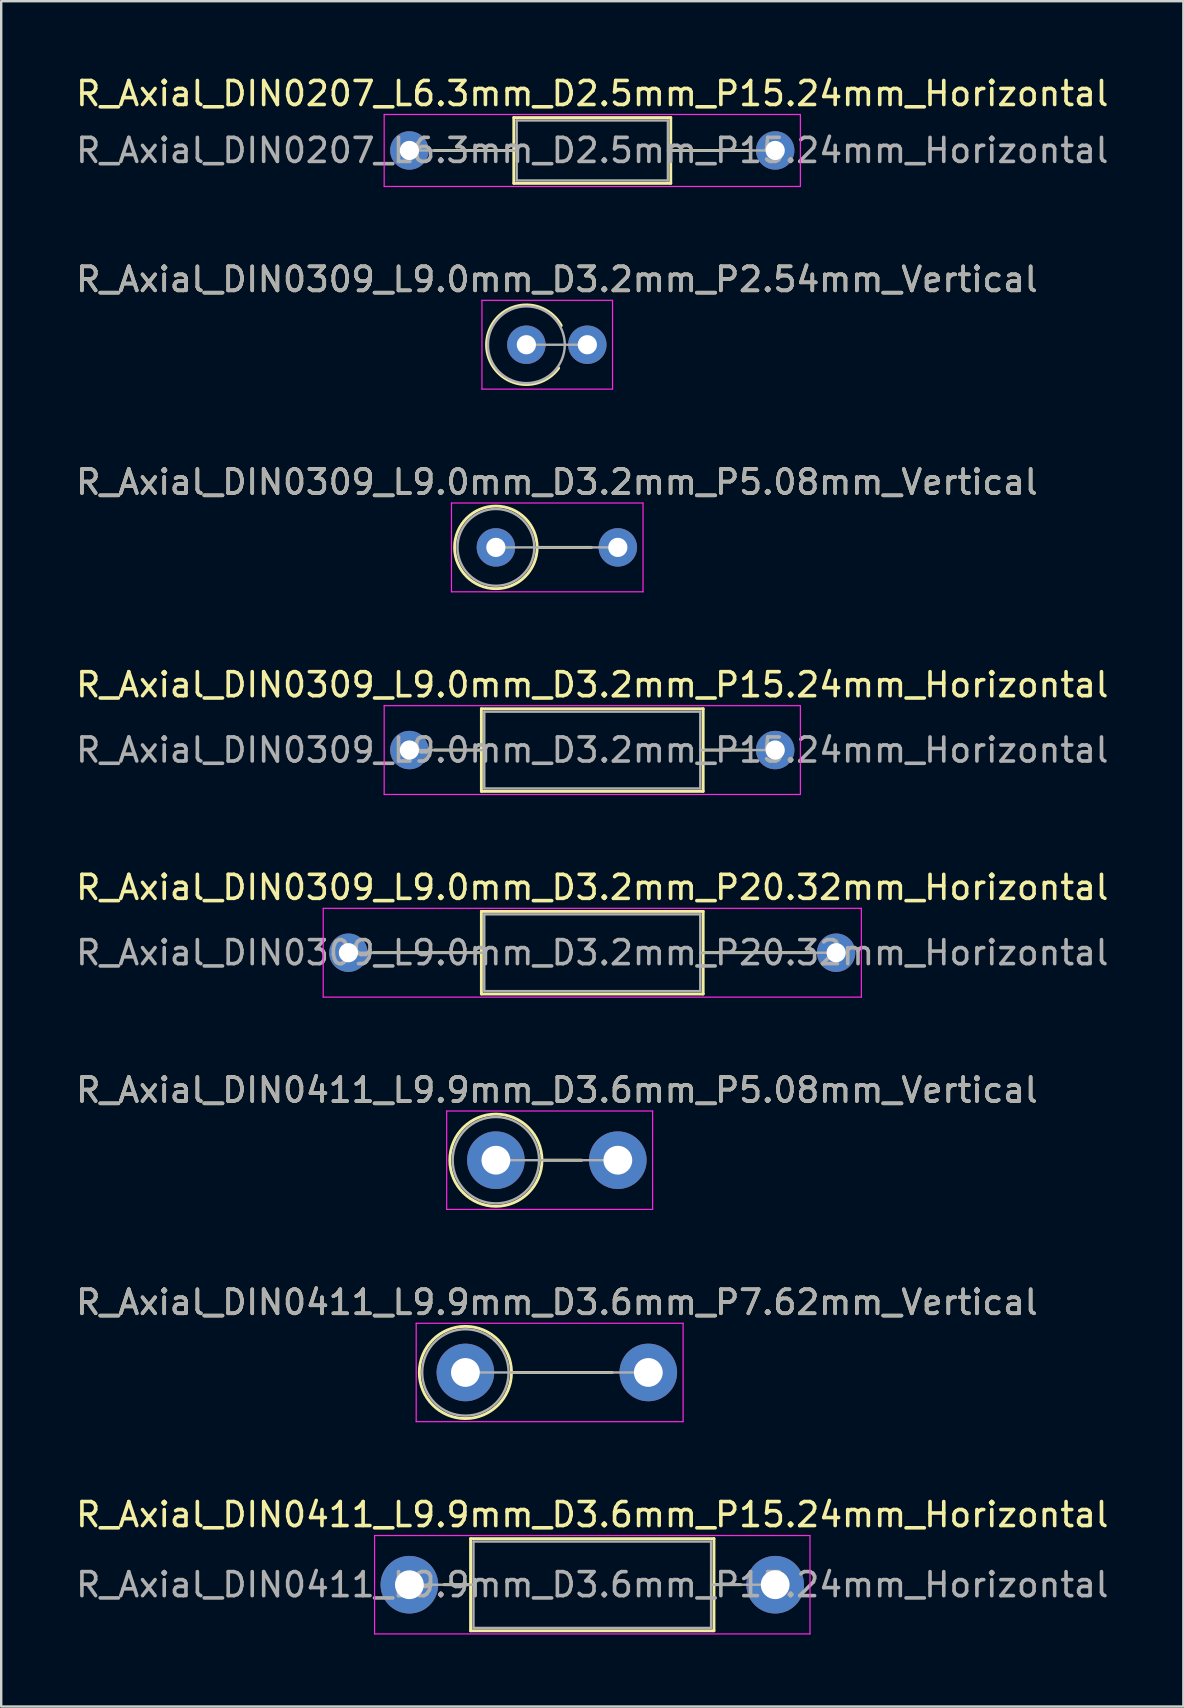
<source format=kicad_pcb>
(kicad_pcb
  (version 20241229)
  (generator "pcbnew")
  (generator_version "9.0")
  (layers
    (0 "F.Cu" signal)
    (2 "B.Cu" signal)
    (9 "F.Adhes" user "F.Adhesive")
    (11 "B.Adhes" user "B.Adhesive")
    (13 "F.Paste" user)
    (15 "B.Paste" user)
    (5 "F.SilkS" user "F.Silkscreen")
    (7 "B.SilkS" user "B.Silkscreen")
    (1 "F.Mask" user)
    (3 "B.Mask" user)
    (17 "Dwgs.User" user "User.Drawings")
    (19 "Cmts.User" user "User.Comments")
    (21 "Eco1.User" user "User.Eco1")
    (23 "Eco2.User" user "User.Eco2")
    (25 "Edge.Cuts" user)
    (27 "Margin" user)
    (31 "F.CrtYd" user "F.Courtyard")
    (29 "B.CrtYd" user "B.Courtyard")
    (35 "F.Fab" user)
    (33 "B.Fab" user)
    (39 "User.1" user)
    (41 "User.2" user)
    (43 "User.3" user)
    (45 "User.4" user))
  (footprint "R_Axial_DIN0309_L9.0mm_D3.2mm_P20.32mm_Horizontal"
    (layer "F.Cu")
    (at 11.465 36.641)
    (property "Reference" "R_Axial_DIN0309_L9.0mm_D3.2mm_P20.32mm_Horizontal" (at 10.16 -2.72 0) (layer "F.SilkS") (effects (font (size 1 1) (thickness 0.15))))
    (attr through_hole)
    (fp_line (start 1.04 0) (end 5.54 0) (stroke (width 0.12) (type solid)) (layer "F.SilkS"))
    (fp_line (start 5.54 -1.72) (end 5.54 1.72) (stroke (width 0.12) (type solid)) (layer "F.SilkS"))
    (fp_line (start 5.54 1.72) (end 14.78 1.72) (stroke (width 0.12) (type solid)) (layer "F.SilkS"))
    (fp_line (start 14.78 -1.72) (end 5.54 -1.72) (stroke (width 0.12) (type solid)) (layer "F.SilkS"))
    (fp_line (start 14.78 1.72) (end 14.78 -1.72) (stroke (width 0.12) (type solid)) (layer "F.SilkS"))
    (fp_line (start 19.28 0) (end 14.78 0) (stroke (width 0.12) (type solid)) (layer "F.SilkS"))
    (fp_line (start -1.05 -1.85) (end -1.05 1.85) (stroke (width 0.05) (type solid)) (layer "F.CrtYd"))
    (fp_line (start -1.05 1.85) (end 21.37 1.85) (stroke (width 0.05) (type solid)) (layer "F.CrtYd"))
    (fp_line (start 21.37 -1.85) (end -1.05 -1.85) (stroke (width 0.05) (type solid)) (layer "F.CrtYd"))
    (fp_line (start 21.37 1.85) (end 21.37 -1.85) (stroke (width 0.05) (type solid)) (layer "F.CrtYd"))
    (fp_line (start 0 0) (end 5.66 0) (stroke (width 0.1) (type solid)) (layer "F.Fab"))
    (fp_line (start 5.66 -1.6) (end 5.66 1.6) (stroke (width 0.1) (type solid)) (layer "F.Fab"))
    (fp_line (start 5.66 1.6) (end 14.66 1.6) (stroke (width 0.1) (type solid)) (layer "F.Fab"))
    (fp_line (start 14.66 -1.6) (end 5.66 -1.6) (stroke (width 0.1) (type solid)) (layer "F.Fab"))
    (fp_line (start 14.66 1.6) (end 14.66 -1.6) (stroke (width 0.1) (type solid)) (layer "F.Fab"))
    (fp_line (start 20.32 0) (end 14.66 0) (stroke (width 0.1) (type solid)) (layer "F.Fab"))
    (fp_text user "${REFERENCE}" (at 10.16 0 0) (layer "F.Fab") (effects (font (size 1 1) (thickness 0.15))))
    (pad "1" thru_hole circle (at 0 0) (size 1.6 1.6) (drill 0.8) (layers "*.Cu" "*.Mask"))
    (pad "2" thru_hole oval (at 20.32 0) (size 1.6 1.6) (drill 0.8) (layers "*.Cu" "*.Mask")))
  (footprint "R_Axial_DIN0309_L9.0mm_D3.2mm_P5.08mm_Vertical"
    (layer "F.Cu")
    (at 17.609 19.755)
    (property "Reference" "R_Axial_DIN0309_L9.0mm_D3.2mm_P5.08mm_Vertical" (at 2.54 -2.72 0) (layer "F.SilkS") (effects (font (size 1 1) (thickness 0.15))))
    (attr through_hole)
    (fp_line (start 1.72 0) (end 3.98 0) (stroke (width 0.12) (type solid)) (layer "F.SilkS"))
    (fp_circle (center 0 0) (end 1.72 0) (stroke (width 0.12) (type solid)) (fill no) (layer "F.SilkS"))
    (fp_line (start -1.85 -1.85) (end -1.85 1.85) (stroke (width 0.05) (type solid)) (layer "F.CrtYd"))
    (fp_line (start -1.85 1.85) (end 6.13 1.85) (stroke (width 0.05) (type solid)) (layer "F.CrtYd"))
    (fp_line (start 6.13 -1.85) (end -1.85 -1.85) (stroke (width 0.05) (type solid)) (layer "F.CrtYd"))
    (fp_line (start 6.13 1.85) (end 6.13 -1.85) (stroke (width 0.05) (type solid)) (layer "F.CrtYd"))
    (fp_line (start 0 0) (end 5.08 0) (stroke (width 0.1) (type solid)) (layer "F.Fab"))
    (fp_circle (center 0 0) (end 1.6 0) (stroke (width 0.1) (type solid)) (fill no) (layer "F.Fab"))
    (fp_text user "${REFERENCE}" (at 2.54 -2.72 0) (layer "F.Fab") (effects (font (size 1 1) (thickness 0.15))))
    (pad "1" thru_hole circle (at 0 0) (size 1.6 1.6) (drill 0.8) (layers "*.Cu" "*.Mask"))
    (pad "2" thru_hole oval (at 5.08 0) (size 1.6 1.6) (drill 0.8) (layers "*.Cu" "*.Mask")))
  (footprint "R_Axial_DIN0411_L9.9mm_D3.6mm_P15.24mm_Horizontal"
    (layer "F.Cu")
    (at 14.005 62.971)
    (property "Reference" "R_Axial_DIN0411_L9.9mm_D3.6mm_P15.24mm_Horizontal" (at 7.62 -2.92 0) (layer "F.SilkS") (effects (font (size 1 1) (thickness 0.15))))
    (attr through_hole)
    (fp_line (start 1.44 0) (end 2.55 0) (stroke (width 0.12) (type solid)) (layer "F.SilkS"))
    (fp_line (start 2.55 -1.92) (end 2.55 1.92) (stroke (width 0.12) (type solid)) (layer "F.SilkS"))
    (fp_line (start 2.55 1.92) (end 12.69 1.92) (stroke (width 0.12) (type solid)) (layer "F.SilkS"))
    (fp_line (start 12.69 -1.92) (end 2.55 -1.92) (stroke (width 0.12) (type solid)) (layer "F.SilkS"))
    (fp_line (start 12.69 1.92) (end 12.69 -1.92) (stroke (width 0.12) (type solid)) (layer "F.SilkS"))
    (fp_line (start 13.8 0) (end 12.69 0) (stroke (width 0.12) (type solid)) (layer "F.SilkS"))
    (fp_line (start -1.45 -2.05) (end -1.45 2.05) (stroke (width 0.05) (type solid)) (layer "F.CrtYd"))
    (fp_line (start -1.45 2.05) (end 16.69 2.05) (stroke (width 0.05) (type solid)) (layer "F.CrtYd"))
    (fp_line (start 16.69 -2.05) (end -1.45 -2.05) (stroke (width 0.05) (type solid)) (layer "F.CrtYd"))
    (fp_line (start 16.69 2.05) (end 16.69 -2.05) (stroke (width 0.05) (type solid)) (layer "F.CrtYd"))
    (fp_line (start 0 0) (end 2.67 0) (stroke (width 0.1) (type solid)) (layer "F.Fab"))
    (fp_line (start 2.67 -1.8) (end 2.67 1.8) (stroke (width 0.1) (type solid)) (layer "F.Fab"))
    (fp_line (start 2.67 1.8) (end 12.57 1.8) (stroke (width 0.1) (type solid)) (layer "F.Fab"))
    (fp_line (start 12.57 -1.8) (end 2.67 -1.8) (stroke (width 0.1) (type solid)) (layer "F.Fab"))
    (fp_line (start 12.57 1.8) (end 12.57 -1.8) (stroke (width 0.1) (type solid)) (layer "F.Fab"))
    (fp_line (start 15.24 0) (end 12.57 0) (stroke (width 0.1) (type solid)) (layer "F.Fab"))
    (fp_text user "${REFERENCE}" (at 7.62 0 0) (layer "F.Fab") (effects (font (size 1 1) (thickness 0.15))))
    (pad "1" thru_hole circle (at 0 0) (size 2.4 2.4) (drill 1.2) (layers "*.Cu" "*.Mask"))
    (pad "2" thru_hole oval (at 15.24 0) (size 2.4 2.4) (drill 1.2) (layers "*.Cu" "*.Mask")))
  (footprint "R_Axial_DIN0309_L9.0mm_D3.2mm_P2.54mm_Vertical"
    (layer "F.Cu")
    (at 18.879 11.312)
    (property "Reference" "R_Axial_DIN0309_L9.0mm_D3.2mm_P2.54mm_Vertical" (at 1.27 -2.72 0) (layer "F.SilkS") (effects (font (size 1 1) (thickness 0.15))))
    (attr through_hole)
    (fp_arc (start 1.344775 0.97138) (mid -1.655812 -0.101418) (end 1.453272 -0.8) (stroke (width 0.12) (type solid)) (layer "F.SilkS"))
    (fp_line (start -1.85 -1.85) (end -1.85 1.85) (stroke (width 0.05) (type solid)) (layer "F.CrtYd"))
    (fp_line (start -1.85 1.85) (end 3.59 1.85) (stroke (width 0.05) (type solid)) (layer "F.CrtYd"))
    (fp_line (start 3.59 -1.85) (end -1.85 -1.85) (stroke (width 0.05) (type solid)) (layer "F.CrtYd"))
    (fp_line (start 3.59 1.85) (end 3.59 -1.85) (stroke (width 0.05) (type solid)) (layer "F.CrtYd"))
    (fp_line (start 0 0) (end 2.54 0) (stroke (width 0.1) (type solid)) (layer "F.Fab"))
    (fp_circle (center 0 0) (end 1.6 0) (stroke (width 0.1) (type solid)) (fill no) (layer "F.Fab"))
    (fp_text user "${REFERENCE}" (at 1.27 -2.72 0) (layer "F.Fab") (effects (font (size 1 1) (thickness 0.15))))
    (pad "1" thru_hole circle (at 0 0) (size 1.6 1.6) (drill 0.8) (layers "*.Cu" "*.Mask"))
    (pad "2" thru_hole oval (at 2.54 0) (size 1.6 1.6) (drill 0.8) (layers "*.Cu" "*.Mask")))
  (footprint "R_Axial_DIN0411_L9.9mm_D3.6mm_P5.08mm_Vertical"
    (layer "F.Cu")
    (at 17.609 45.285)
    (property "Reference" "R_Axial_DIN0411_L9.9mm_D3.6mm_P5.08mm_Vertical" (at 2.54 -2.92 0) (layer "F.SilkS") (effects (font (size 1 1) (thickness 0.15))))
    (attr through_hole)
    (fp_line (start 1.92 0) (end 3.58 0) (stroke (width 0.12) (type solid)) (layer "F.SilkS"))
    (fp_circle (center 0 0) (end 1.92 0) (stroke (width 0.12) (type solid)) (fill no) (layer "F.SilkS"))
    (fp_line (start -2.05 -2.05) (end -2.05 2.05) (stroke (width 0.05) (type solid)) (layer "F.CrtYd"))
    (fp_line (start -2.05 2.05) (end 6.53 2.05) (stroke (width 0.05) (type solid)) (layer "F.CrtYd"))
    (fp_line (start 6.53 -2.05) (end -2.05 -2.05) (stroke (width 0.05) (type solid)) (layer "F.CrtYd"))
    (fp_line (start 6.53 2.05) (end 6.53 -2.05) (stroke (width 0.05) (type solid)) (layer "F.CrtYd"))
    (fp_line (start 0 0) (end 5.08 0) (stroke (width 0.1) (type solid)) (layer "F.Fab"))
    (fp_circle (center 0 0) (end 1.8 0) (stroke (width 0.1) (type solid)) (fill no) (layer "F.Fab"))
    (fp_text user "${REFERENCE}" (at 2.54 -2.92 0) (layer "F.Fab") (effects (font (size 1 1) (thickness 0.15))))
    (pad "1" thru_hole circle (at 0 0) (size 2.4 2.4) (drill 1.2) (layers "*.Cu" "*.Mask"))
    (pad "2" thru_hole oval (at 5.08 0) (size 2.4 2.4) (drill 1.2) (layers "*.Cu" "*.Mask")))
  (footprint "R_Axial_DIN0411_L9.9mm_D3.6mm_P7.62mm_Vertical"
    (layer "F.Cu")
    (at 16.339 54.128)
    (property "Reference" "R_Axial_DIN0411_L9.9mm_D3.6mm_P7.62mm_Vertical" (at 3.81 -2.92 0) (layer "F.SilkS") (effects (font (size 1 1) (thickness 0.15))))
    (attr through_hole)
    (fp_line (start 1.92 0) (end 6.12 0) (stroke (width 0.12) (type solid)) (layer "F.SilkS"))
    (fp_circle (center 0 0) (end 1.92 0) (stroke (width 0.12) (type solid)) (fill no) (layer "F.SilkS"))
    (fp_line (start -2.05 -2.05) (end -2.05 2.05) (stroke (width 0.05) (type solid)) (layer "F.CrtYd"))
    (fp_line (start -2.05 2.05) (end 9.07 2.05) (stroke (width 0.05) (type solid)) (layer "F.CrtYd"))
    (fp_line (start 9.07 -2.05) (end -2.05 -2.05) (stroke (width 0.05) (type solid)) (layer "F.CrtYd"))
    (fp_line (start 9.07 2.05) (end 9.07 -2.05) (stroke (width 0.05) (type solid)) (layer "F.CrtYd"))
    (fp_line (start 0 0) (end 7.62 0) (stroke (width 0.1) (type solid)) (layer "F.Fab"))
    (fp_circle (center 0 0) (end 1.8 0) (stroke (width 0.1) (type solid)) (fill no) (layer "F.Fab"))
    (fp_text user "${REFERENCE}" (at 3.81 -2.92 0) (layer "F.Fab") (effects (font (size 1 1) (thickness 0.15))))
    (pad "1" thru_hole circle (at 0 0) (size 2.4 2.4) (drill 1.2) (layers "*.Cu" "*.Mask"))
    (pad "2" thru_hole oval (at 7.62 0) (size 2.4 2.4) (drill 1.2) (layers "*.Cu" "*.Mask")))
  (footprint "R_Axial_DIN0207_L6.3mm_D2.5mm_P15.24mm_Horizontal"
    (layer "F.Cu")
    (at 14.005 3.218)
    (property "Reference" "R_Axial_DIN0207_L6.3mm_D2.5mm_P15.24mm_Horizontal" (at 7.62 -2.37 0) (layer "F.SilkS") (effects (font (size 1 1) (thickness 0.15))))
    (attr through_hole)
    (fp_line (start 1.04 0) (end 4.35 0) (stroke (width 0.12) (type solid)) (layer "F.SilkS"))
    (fp_line (start 4.35 -1.37) (end 4.35 1.37) (stroke (width 0.12) (type solid)) (layer "F.SilkS"))
    (fp_line (start 4.35 1.37) (end 10.89 1.37) (stroke (width 0.12) (type solid)) (layer "F.SilkS"))
    (fp_line (start 10.89 -1.37) (end 4.35 -1.37) (stroke (width 0.12) (type solid)) (layer "F.SilkS"))
    (fp_line (start 10.89 1.37) (end 10.89 -1.37) (stroke (width 0.12) (type solid)) (layer "F.SilkS"))
    (fp_line (start 14.2 0) (end 10.89 0) (stroke (width 0.12) (type solid)) (layer "F.SilkS"))
    (fp_line (start -1.05 -1.5) (end -1.05 1.5) (stroke (width 0.05) (type solid)) (layer "F.CrtYd"))
    (fp_line (start -1.05 1.5) (end 16.29 1.5) (stroke (width 0.05) (type solid)) (layer "F.CrtYd"))
    (fp_line (start 16.29 -1.5) (end -1.05 -1.5) (stroke (width 0.05) (type solid)) (layer "F.CrtYd"))
    (fp_line (start 16.29 1.5) (end 16.29 -1.5) (stroke (width 0.05) (type solid)) (layer "F.CrtYd"))
    (fp_line (start 0 0) (end 4.47 0) (stroke (width 0.1) (type solid)) (layer "F.Fab"))
    (fp_line (start 4.47 -1.25) (end 4.47 1.25) (stroke (width 0.1) (type solid)) (layer "F.Fab"))
    (fp_line (start 4.47 1.25) (end 10.77 1.25) (stroke (width 0.1) (type solid)) (layer "F.Fab"))
    (fp_line (start 10.77 -1.25) (end 4.47 -1.25) (stroke (width 0.1) (type solid)) (layer "F.Fab"))
    (fp_line (start 10.77 1.25) (end 10.77 -1.25) (stroke (width 0.1) (type solid)) (layer "F.Fab"))
    (fp_line (start 15.24 0) (end 10.77 0) (stroke (width 0.1) (type solid)) (layer "F.Fab"))
    (fp_text user "${REFERENCE}" (at 7.62 0 0) (layer "F.Fab") (effects (font (size 1 1) (thickness 0.15))))
    (pad "1" thru_hole circle (at 0 0) (size 1.6 1.6) (drill 0.8) (layers "*.Cu" "*.Mask"))
    (pad "2" thru_hole oval (at 15.24 0) (size 1.6 1.6) (drill 0.8) (layers "*.Cu" "*.Mask")))
  (footprint "R_Axial_DIN0309_L9.0mm_D3.2mm_P15.24mm_Horizontal"
    (layer "F.Cu")
    (at 14.005 28.198)
    (property "Reference" "R_Axial_DIN0309_L9.0mm_D3.2mm_P15.24mm_Horizontal" (at 7.62 -2.72 0) (layer "F.SilkS") (effects (font (size 1 1) (thickness 0.15))))
    (attr through_hole)
    (fp_line (start 1.04 0) (end 3 0) (stroke (width 0.12) (type solid)) (layer "F.SilkS"))
    (fp_line (start 3 -1.72) (end 3 1.72) (stroke (width 0.12) (type solid)) (layer "F.SilkS"))
    (fp_line (start 3 1.72) (end 12.24 1.72) (stroke (width 0.12) (type solid)) (layer "F.SilkS"))
    (fp_line (start 12.24 -1.72) (end 3 -1.72) (stroke (width 0.12) (type solid)) (layer "F.SilkS"))
    (fp_line (start 12.24 1.72) (end 12.24 -1.72) (stroke (width 0.12) (type solid)) (layer "F.SilkS"))
    (fp_line (start 14.2 0) (end 12.24 0) (stroke (width 0.12) (type solid)) (layer "F.SilkS"))
    (fp_line (start -1.05 -1.85) (end -1.05 1.85) (stroke (width 0.05) (type solid)) (layer "F.CrtYd"))
    (fp_line (start -1.05 1.85) (end 16.29 1.85) (stroke (width 0.05) (type solid)) (layer "F.CrtYd"))
    (fp_line (start 16.29 -1.85) (end -1.05 -1.85) (stroke (width 0.05) (type solid)) (layer "F.CrtYd"))
    (fp_line (start 16.29 1.85) (end 16.29 -1.85) (stroke (width 0.05) (type solid)) (layer "F.CrtYd"))
    (fp_line (start 0 0) (end 3.12 0) (stroke (width 0.1) (type solid)) (layer "F.Fab"))
    (fp_line (start 3.12 -1.6) (end 3.12 1.6) (stroke (width 0.1) (type solid)) (layer "F.Fab"))
    (fp_line (start 3.12 1.6) (end 12.12 1.6) (stroke (width 0.1) (type solid)) (layer "F.Fab"))
    (fp_line (start 12.12 -1.6) (end 3.12 -1.6) (stroke (width 0.1) (type solid)) (layer "F.Fab"))
    (fp_line (start 12.12 1.6) (end 12.12 -1.6) (stroke (width 0.1) (type solid)) (layer "F.Fab"))
    (fp_line (start 15.24 0) (end 12.12 0) (stroke (width 0.1) (type solid)) (layer "F.Fab"))
    (fp_text user "${REFERENCE}" (at 7.62 0 0) (layer "F.Fab") (effects (font (size 1 1) (thickness 0.15))))
    (pad "1" thru_hole circle (at 0 0) (size 1.6 1.6) (drill 0.8) (layers "*.Cu" "*.Mask"))
    (pad "2" thru_hole oval (at 15.24 0) (size 1.6 1.6) (drill 0.8) (layers "*.Cu" "*.Mask")))
  (gr_rect
    (start -3 -3)
    (end 46.25 68.046)
    (stroke (width 0.1) (type default))
    (fill no)
    (layer "Edge.Cuts")))
</source>
